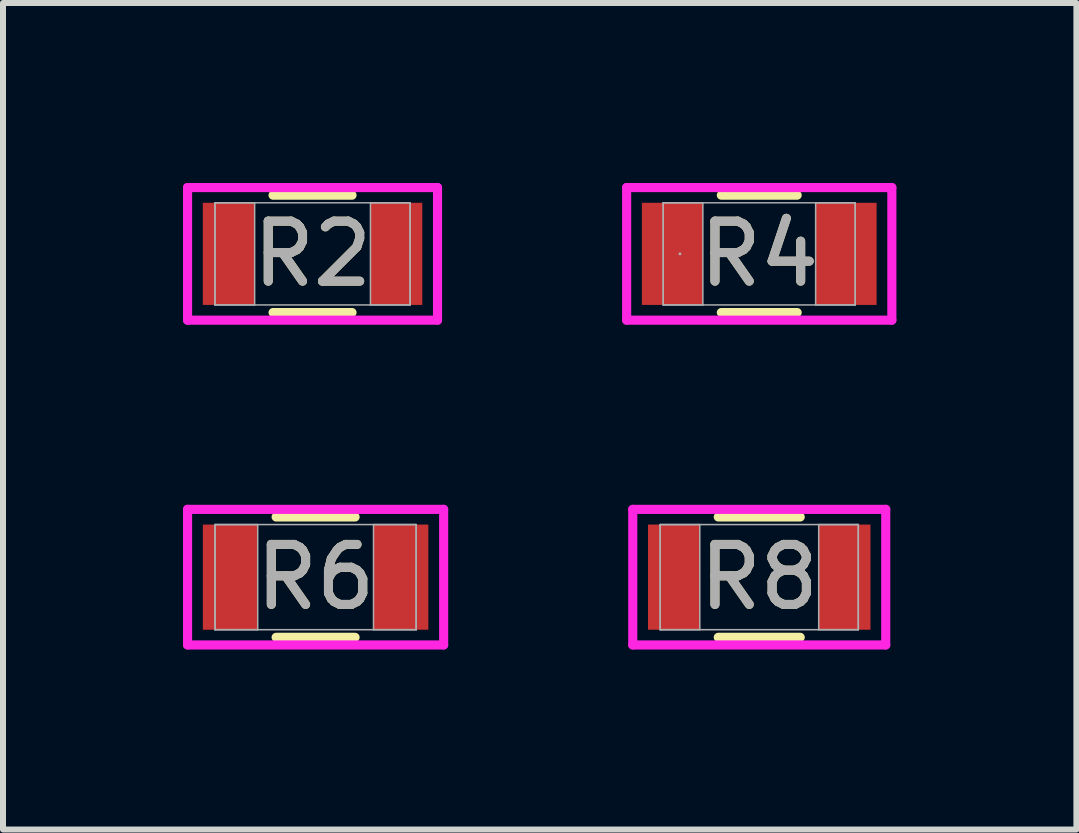
<source format=kicad_pcb>
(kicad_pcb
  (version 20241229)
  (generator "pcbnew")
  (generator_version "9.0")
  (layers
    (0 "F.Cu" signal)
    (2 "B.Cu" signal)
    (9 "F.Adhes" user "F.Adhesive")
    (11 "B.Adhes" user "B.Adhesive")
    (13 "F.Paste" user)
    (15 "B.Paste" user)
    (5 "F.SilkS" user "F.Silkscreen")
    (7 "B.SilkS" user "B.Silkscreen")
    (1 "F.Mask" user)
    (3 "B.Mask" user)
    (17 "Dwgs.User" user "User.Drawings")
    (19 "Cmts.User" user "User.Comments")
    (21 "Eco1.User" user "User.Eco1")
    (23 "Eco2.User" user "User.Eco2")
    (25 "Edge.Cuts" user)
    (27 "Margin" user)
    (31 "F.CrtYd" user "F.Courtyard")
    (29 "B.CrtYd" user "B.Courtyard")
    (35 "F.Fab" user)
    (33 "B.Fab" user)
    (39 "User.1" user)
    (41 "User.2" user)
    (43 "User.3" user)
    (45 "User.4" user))
  (footprint "R2"
    (layer "F.Cu")
    (at 2.159 1.181)
    (property "Reference" "R2" (at 0 0 0) (unlocked yes) (layer "F.SilkS") (effects (font (size 1 1) (thickness 0.15))))
    (attr smd)
    (fp_line (start -0.658 0.978) (end 0.658 0.978) (stroke (width 0.152) (type solid)) (layer "F.SilkS"))
    (fp_line (start 0.658 -0.978) (end -0.658 -0.978) (stroke (width 0.152) (type solid)) (layer "F.SilkS"))
    (fp_line (start -2.083 -1.105) (end 2.083 -1.105) (stroke (width 0.152) (type solid)) (layer "F.CrtYd"))
    (fp_line (start -2.083 1.105) (end -2.083 -1.105) (stroke (width 0.152) (type solid)) (layer "F.CrtYd"))
    (fp_line (start 2.083 -1.105) (end 2.083 1.105) (stroke (width 0.152) (type solid)) (layer "F.CrtYd"))
    (fp_line (start 2.083 1.105) (end -2.083 1.105) (stroke (width 0.152) (type solid)) (layer "F.CrtYd"))
    (fp_line (start -1.626 -0.851) (end -1.626 0.851) (stroke (width 0.025) (type solid)) (layer "F.Fab"))
    (fp_line (start -1.626 -0.851) (end -1.626 0.851) (stroke (width 0.025) (type solid)) (layer "F.Fab"))
    (fp_line (start -1.626 0.851) (end -0.965 0.851) (stroke (width 0.025) (type solid)) (layer "F.Fab"))
    (fp_line (start -1.626 0.851) (end 1.626 0.851) (stroke (width 0.025) (type solid)) (layer "F.Fab"))
    (fp_line (start -0.965 -0.851) (end -1.626 -0.851) (stroke (width 0.025) (type solid)) (layer "F.Fab"))
    (fp_line (start -0.965 0.851) (end -0.965 -0.851) (stroke (width 0.025) (type solid)) (layer "F.Fab"))
    (fp_line (start 0.965 -0.851) (end 0.965 0.851) (stroke (width 0.025) (type solid)) (layer "F.Fab"))
    (fp_line (start 0.965 0.851) (end 1.626 0.851) (stroke (width 0.025) (type solid)) (layer "F.Fab"))
    (fp_line (start 1.626 -0.851) (end -1.626 -0.851) (stroke (width 0.025) (type solid)) (layer "F.Fab"))
    (fp_line (start 1.626 -0.851) (end 0.965 -0.851) (stroke (width 0.025) (type solid)) (layer "F.Fab"))
    (fp_line (start 1.626 0.851) (end 1.626 -0.851) (stroke (width 0.025) (type solid)) (layer "F.Fab"))
    (fp_line (start 1.626 0.851) (end 1.626 -0.851) (stroke (width 0.025) (type solid)) (layer "F.Fab"))
    (fp_text user "${REFERENCE}" (at 0 0 0) (unlocked yes) (layer "F.Fab") (effects (font (size 1 1) (thickness 0.15))))
    (pad "1" smd rect (at -1.397 0) (size 0.864 1.702) (layers "F.Cu" "F.Mask" "F.Paste"))
    (pad "2" smd rect (at 1.397 0) (size 0.864 1.702) (layers "F.Cu" "F.Mask" "F.Paste"))
    (zone (net_name "") (layer "F.Cu") (hatch full 0.508) (connect_pads) (min_thickness 0.254) (filled_areas_thickness no) (keepout (tracks not_allowed) (vias not_allowed) (pads allowed) (copperpour not_allowed) (footprints allowed)) (placement (enabled no)) (fill) (polygon (pts (xy 1.245 0.381) (xy 3.073 0.381) (xy 3.073 1.981) (xy 1.245 1.981)))))
  (footprint "R8"
    (layer "F.Cu")
    (at 9.604 6.569)
    (property "Reference" "R8" (at 0 0 0) (unlocked yes) (layer "F.SilkS") (effects (font (size 1 1) (thickness 0.15))))
    (attr smd)
    (fp_line (start -0.683 1.003) (end 0.683 1.003) (stroke (width 0.152) (type solid)) (layer "F.SilkS"))
    (fp_line (start 0.683 -1.003) (end -0.683 -1.003) (stroke (width 0.152) (type solid)) (layer "F.SilkS"))
    (fp_line (start -2.108 -1.13) (end 2.108 -1.13) (stroke (width 0.152) (type solid)) (layer "F.CrtYd"))
    (fp_line (start -2.108 1.13) (end -2.108 -1.13) (stroke (width 0.152) (type solid)) (layer "F.CrtYd"))
    (fp_line (start 2.108 -1.13) (end 2.108 1.13) (stroke (width 0.152) (type solid)) (layer "F.CrtYd"))
    (fp_line (start 2.108 1.13) (end -2.108 1.13) (stroke (width 0.152) (type solid)) (layer "F.CrtYd"))
    (fp_line (start -1.651 -0.876) (end -1.651 0.876) (stroke (width 0.025) (type solid)) (layer "F.Fab"))
    (fp_line (start -1.651 -0.876) (end -1.651 0.876) (stroke (width 0.025) (type solid)) (layer "F.Fab"))
    (fp_line (start -1.651 0.876) (end -0.991 0.876) (stroke (width 0.025) (type solid)) (layer "F.Fab"))
    (fp_line (start -1.651 0.876) (end 1.651 0.876) (stroke (width 0.025) (type solid)) (layer "F.Fab"))
    (fp_line (start -0.991 -0.876) (end -1.651 -0.876) (stroke (width 0.025) (type solid)) (layer "F.Fab"))
    (fp_line (start -0.991 0.876) (end -0.991 -0.876) (stroke (width 0.025) (type solid)) (layer "F.Fab"))
    (fp_line (start 0.991 -0.876) (end 0.991 0.876) (stroke (width 0.025) (type solid)) (layer "F.Fab"))
    (fp_line (start 0.991 0.876) (end 1.651 0.876) (stroke (width 0.025) (type solid)) (layer "F.Fab"))
    (fp_line (start 1.651 -0.876) (end -1.651 -0.876) (stroke (width 0.025) (type solid)) (layer "F.Fab"))
    (fp_line (start 1.651 -0.876) (end 0.991 -0.876) (stroke (width 0.025) (type solid)) (layer "F.Fab"))
    (fp_line (start 1.651 0.876) (end 1.651 -0.876) (stroke (width 0.025) (type solid)) (layer "F.Fab"))
    (fp_line (start 1.651 0.876) (end 1.651 -0.876) (stroke (width 0.025) (type solid)) (layer "F.Fab"))
    (fp_text user "${REFERENCE}" (at 0 0 0) (unlocked yes) (layer "F.Fab") (effects (font (size 1 1) (thickness 0.15))))
    (pad "1" smd rect (at -1.422 0) (size 0.864 1.753) (layers "F.Cu" "F.Mask" "F.Paste"))
    (pad "2" smd rect (at 1.422 0) (size 0.864 1.753) (layers "F.Cu" "F.Mask" "F.Paste"))
    (zone (net_name "") (layer "F.Cu") (hatch full 0.508) (connect_pads) (min_thickness 0.254) (filled_areas_thickness no) (keepout (tracks not_allowed) (vias not_allowed) (pads allowed) (copperpour not_allowed) (footprints allowed)) (placement (enabled no)) (fill) (polygon (pts (xy 8.664 5.743) (xy 10.544 5.743) (xy 10.544 7.394) (xy 8.664 7.394)))))
  (footprint "R6"
    (layer "F.Cu")
    (at 2.21 6.569)
    (property "Reference" "R6" (at 0 0 0) (unlocked yes) (layer "F.SilkS") (effects (font (size 1 1) (thickness 0.15))))
    (attr smd)
    (fp_line (start -0.658 1.003) (end 0.658 1.003) (stroke (width 0.152) (type solid)) (layer "F.SilkS"))
    (fp_line (start 0.658 -1.003) (end -0.658 -1.003) (stroke (width 0.152) (type solid)) (layer "F.SilkS"))
    (fp_line (start -2.134 -1.13) (end 2.134 -1.13) (stroke (width 0.152) (type solid)) (layer "F.CrtYd"))
    (fp_line (start -2.134 1.13) (end -2.134 -1.13) (stroke (width 0.152) (type solid)) (layer "F.CrtYd"))
    (fp_line (start 2.134 -1.13) (end 2.134 1.13) (stroke (width 0.152) (type solid)) (layer "F.CrtYd"))
    (fp_line (start 2.134 1.13) (end -2.134 1.13) (stroke (width 0.152) (type solid)) (layer "F.CrtYd"))
    (fp_line (start -1.676 -0.876) (end -1.676 0.876) (stroke (width 0.025) (type solid)) (layer "F.Fab"))
    (fp_line (start -1.676 -0.876) (end -1.676 0.876) (stroke (width 0.025) (type solid)) (layer "F.Fab"))
    (fp_line (start -1.676 0.876) (end -0.965 0.876) (stroke (width 0.025) (type solid)) (layer "F.Fab"))
    (fp_line (start -1.676 0.876) (end 1.676 0.876) (stroke (width 0.025) (type solid)) (layer "F.Fab"))
    (fp_line (start -0.965 -0.876) (end -1.676 -0.876) (stroke (width 0.025) (type solid)) (layer "F.Fab"))
    (fp_line (start -0.965 0.876) (end -0.965 -0.876) (stroke (width 0.025) (type solid)) (layer "F.Fab"))
    (fp_line (start 0.965 -0.876) (end 0.965 0.876) (stroke (width 0.025) (type solid)) (layer "F.Fab"))
    (fp_line (start 0.965 0.876) (end 1.676 0.876) (stroke (width 0.025) (type solid)) (layer "F.Fab"))
    (fp_line (start 1.676 -0.876) (end -1.676 -0.876) (stroke (width 0.025) (type solid)) (layer "F.Fab"))
    (fp_line (start 1.676 -0.876) (end 0.965 -0.876) (stroke (width 0.025) (type solid)) (layer "F.Fab"))
    (fp_line (start 1.676 0.876) (end 1.676 -0.876) (stroke (width 0.025) (type solid)) (layer "F.Fab"))
    (fp_line (start 1.676 0.876) (end 1.676 -0.876) (stroke (width 0.025) (type solid)) (layer "F.Fab"))
    (fp_text user "${REFERENCE}" (at 0 0 0) (unlocked yes) (layer "F.Fab") (effects (font (size 1 1) (thickness 0.15))))
    (pad "1" smd rect (at -1.422 0) (size 0.914 1.753) (layers "F.Cu" "F.Mask" "F.Paste"))
    (pad "2" smd rect (at 1.422 0) (size 0.914 1.753) (layers "F.Cu" "F.Mask" "F.Paste"))
    (zone (net_name "") (layer "F.Cu") (hatch full 0.508) (connect_pads) (min_thickness 0.254) (filled_areas_thickness no) (keepout (tracks not_allowed) (vias not_allowed) (pads allowed) (copperpour not_allowed) (footprints allowed)) (placement (enabled no)) (fill) (polygon (pts (xy 1.295 5.743) (xy 3.124 5.743) (xy 3.124 7.394) (xy 1.295 7.394)))))
  (footprint "R4"
    (layer "F.Cu")
    (at 9.604 1.181)
    (property "Reference" "R4" (at 0 0 0) (unlocked yes) (layer "F.SilkS") (effects (font (size 1 1) (thickness 0.15))))
    (attr smd)
    (fp_line (start -0.632 0.978) (end 0.632 0.978) (stroke (width 0.152) (type solid)) (layer "F.SilkS"))
    (fp_line (start 0.632 -0.978) (end -0.632 -0.978) (stroke (width 0.152) (type solid)) (layer "F.SilkS"))
    (fp_line (start -2.21 -1.105) (end 2.21 -1.105) (stroke (width 0.152) (type solid)) (layer "F.CrtYd"))
    (fp_line (start -2.21 1.105) (end -2.21 -1.105) (stroke (width 0.152) (type solid)) (layer "F.CrtYd"))
    (fp_line (start 2.21 -1.105) (end 2.21 1.105) (stroke (width 0.152) (type solid)) (layer "F.CrtYd"))
    (fp_line (start 2.21 1.105) (end -2.21 1.105) (stroke (width 0.152) (type solid)) (layer "F.CrtYd"))
    (fp_line (start -1.6 -0.851) (end -1.6 0.851) (stroke (width 0.025) (type solid)) (layer "F.Fab"))
    (fp_line (start -1.6 -0.851) (end -1.6 0.851) (stroke (width 0.025) (type solid)) (layer "F.Fab"))
    (fp_line (start -1.6 0.851) (end -0.94 0.851) (stroke (width 0.025) (type solid)) (layer "F.Fab"))
    (fp_line (start -1.6 0.851) (end 1.6 0.851) (stroke (width 0.025) (type solid)) (layer "F.Fab"))
    (fp_line (start -0.94 -0.851) (end -1.6 -0.851) (stroke (width 0.025) (type solid)) (layer "F.Fab"))
    (fp_line (start -0.94 0.851) (end -0.94 -0.851) (stroke (width 0.025) (type solid)) (layer "F.Fab"))
    (fp_line (start 0.94 -0.851) (end 0.94 0.851) (stroke (width 0.025) (type solid)) (layer "F.Fab"))
    (fp_line (start 0.94 0.851) (end 1.6 0.851) (stroke (width 0.025) (type solid)) (layer "F.Fab"))
    (fp_line (start 1.6 -0.851) (end -1.6 -0.851) (stroke (width 0.025) (type solid)) (layer "F.Fab"))
    (fp_line (start 1.6 -0.851) (end 0.94 -0.851) (stroke (width 0.025) (type solid)) (layer "F.Fab"))
    (fp_line (start 1.6 0.851) (end 1.6 -0.851) (stroke (width 0.025) (type solid)) (layer "F.Fab"))
    (fp_line (start 1.6 0.851) (end 1.6 -0.851) (stroke (width 0.025) (type solid)) (layer "F.Fab"))
    (fp_circle (center -1.321 0) (end -1.321 0) (stroke (width 0.025) (type solid)) (fill no) (layer "F.Fab"))
    (fp_text user "${REFERENCE}" (at 0 0 0) (unlocked yes) (layer "F.Fab") (effects (font (size 1 1) (thickness 0.15))))
    (pad "1" smd rect (at -1.448 0) (size 1.016 1.702) (layers "F.Cu" "F.Mask" "F.Paste"))
    (pad "2" smd rect (at 1.448 0) (size 1.016 1.702) (layers "F.Cu" "F.Mask" "F.Paste"))
    (zone (net_name "") (layer "F.Cu") (hatch full 0.508) (connect_pads) (min_thickness 0.254) (filled_areas_thickness no) (keepout (tracks not_allowed) (vias not_allowed) (pads allowed) (copperpour not_allowed) (footprints allowed)) (placement (enabled no)) (fill) (polygon (pts (xy 8.715 0.381) (xy 10.493 0.381) (xy 10.493 1.981) (xy 8.715 1.981)))))
  (gr_rect
    (start -3 -3)
    (end 14.89 10.775)
    (stroke (width 0.1) (type default))
    (fill no)
    (layer "Edge.Cuts")))
</source>
